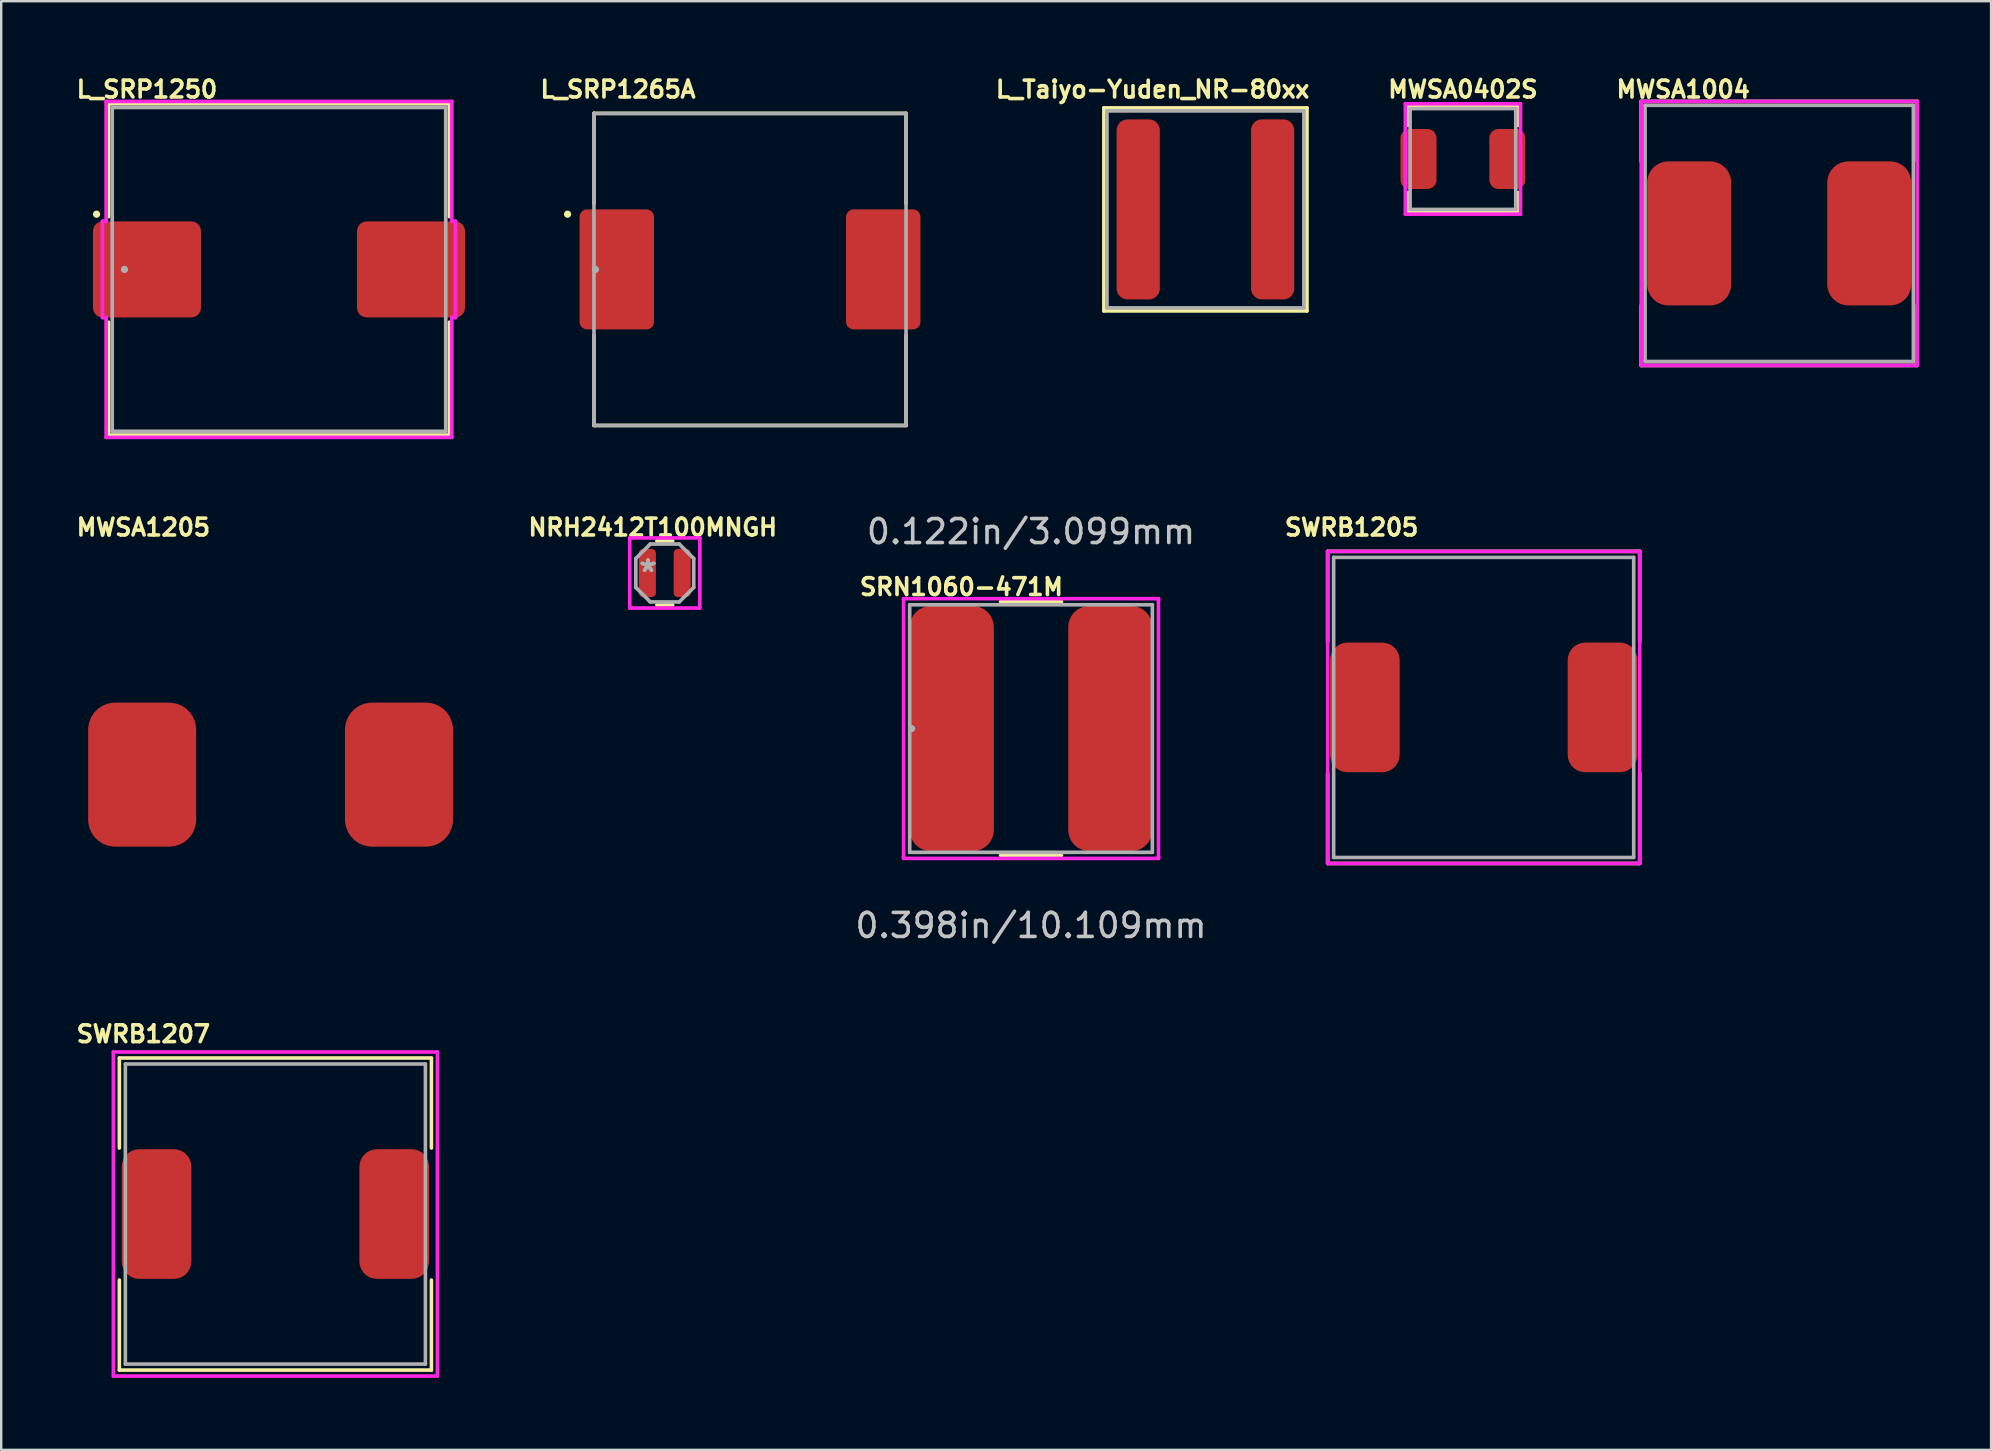
<source format=kicad_pcb>
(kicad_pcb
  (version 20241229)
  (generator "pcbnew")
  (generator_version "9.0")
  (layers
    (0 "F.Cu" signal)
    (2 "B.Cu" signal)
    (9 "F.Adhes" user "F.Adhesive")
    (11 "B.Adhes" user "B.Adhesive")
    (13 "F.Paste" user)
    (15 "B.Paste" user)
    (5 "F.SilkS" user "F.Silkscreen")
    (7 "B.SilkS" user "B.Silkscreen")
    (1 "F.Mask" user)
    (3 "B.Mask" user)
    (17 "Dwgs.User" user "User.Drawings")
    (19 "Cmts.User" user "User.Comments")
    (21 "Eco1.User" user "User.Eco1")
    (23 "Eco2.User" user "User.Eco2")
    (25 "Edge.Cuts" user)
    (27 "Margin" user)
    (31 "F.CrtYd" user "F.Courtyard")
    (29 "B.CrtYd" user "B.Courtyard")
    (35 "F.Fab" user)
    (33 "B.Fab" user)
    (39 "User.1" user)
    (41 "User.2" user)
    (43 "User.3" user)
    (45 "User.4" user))
  (footprint "SWRB1205"
    (layer "F.Cu")
    (at 58.756 26.419)
    (property "Reference" "SWRB1205" (at -5.5 -7.5 0) (layer "F.SilkS") (effects (font (size 0.7 0.7) (thickness 0.15))))
    (attr smd)
    (fp_line (start -6.5 -6.5) (end -6.5 -2.75) (stroke (width 0.15) (type solid)) (layer "F.SilkS"))
    (fp_line (start -6.5 -6.5) (end 6.5 -6.5) (stroke (width 0.15) (type solid)) (layer "F.SilkS"))
    (fp_line (start -6.5 2.75) (end -6.5 6.5) (stroke (width 0.15) (type solid)) (layer "F.SilkS"))
    (fp_line (start -6.5 6.5) (end 6.5 6.5) (stroke (width 0.15) (type solid)) (layer "F.SilkS"))
    (fp_line (start 6.5 -6.5) (end 6.5 -2.75) (stroke (width 0.15) (type solid)) (layer "F.SilkS"))
    (fp_line (start 6.5 2.75) (end 6.5 6.5) (stroke (width 0.15) (type solid)) (layer "F.SilkS"))
    (fp_line (start -6.5 -6.5) (end 6.5 -6.5) (stroke (width 0.15) (type solid)) (layer "F.CrtYd"))
    (fp_line (start -6.5 6.5) (end -6.5 -6.5) (stroke (width 0.15) (type solid)) (layer "F.CrtYd"))
    (fp_line (start 6.5 -6.5) (end 6.5 6.5) (stroke (width 0.15) (type solid)) (layer "F.CrtYd"))
    (fp_line (start 6.5 6.5) (end -6.5 6.5) (stroke (width 0.15) (type solid)) (layer "F.CrtYd"))
    (fp_line (start -6.25 -6.25) (end 6.25 -6.25) (stroke (width 0.15) (type solid)) (layer "F.Fab"))
    (fp_line (start -6.25 6.25) (end -6.25 -6.25) (stroke (width 0.15) (type solid)) (layer "F.Fab"))
    (fp_line (start 6.25 -6.25) (end 6.25 6.25) (stroke (width 0.15) (type solid)) (layer "F.Fab"))
    (fp_line (start 6.25 6.25) (end -6.25 6.25) (stroke (width 0.15) (type solid)) (layer "F.Fab"))
    (pad "1" smd roundrect (at -4.95 0) (size 2.9 5.4) (layers "F.Cu" "F.Mask" "F.Paste") (roundrect_rratio 0.25))
    (pad "2" smd roundrect (at 4.95 0) (size 2.9 5.4) (layers "F.Cu" "F.Mask" "F.Paste") (roundrect_rratio 0.25)))
  (footprint "MWSA0402S"
    (layer "F.Cu")
    (at 57.892 3.573)
    (property "Reference" "MWSA0402S" (at 0 -2.9 0) (layer "F.SilkS") (effects (font (size 0.7 0.7) (thickness 0.15))))
    (attr smd)
    (fp_line (start -2.3 -2.2) (end -2.3 -1.4) (stroke (width 0.15) (type solid)) (layer "F.SilkS"))
    (fp_line (start -2.3 -2.2) (end 2.3 -2.2) (stroke (width 0.15) (type solid)) (layer "F.SilkS"))
    (fp_line (start -2.3 1.4) (end -2.3 2.2) (stroke (width 0.15) (type solid)) (layer "F.SilkS"))
    (fp_line (start -2.3 2.2) (end 2.3 2.2) (stroke (width 0.15) (type solid)) (layer "F.SilkS"))
    (fp_line (start 2.3 -2.2) (end 2.3 -1.4) (stroke (width 0.15) (type solid)) (layer "F.SilkS"))
    (fp_line (start 2.3 1.4) (end 2.3 2.2) (stroke (width 0.15) (type solid)) (layer "F.SilkS"))
    (fp_line (start -2.4 -2.3) (end -2.4 2.3) (stroke (width 0.15) (type solid)) (layer "F.CrtYd"))
    (fp_line (start -2.4 2.3) (end 2.4 2.3) (stroke (width 0.15) (type solid)) (layer "F.CrtYd"))
    (fp_line (start 2.4 -2.3) (end -2.4 -2.3) (stroke (width 0.15) (type solid)) (layer "F.CrtYd"))
    (fp_line (start 2.4 2.3) (end 2.4 -2.3) (stroke (width 0.15) (type solid)) (layer "F.CrtYd"))
    (fp_line (start -2.2 -2.1) (end 2.2 -2.1) (stroke (width 0.15) (type solid)) (layer "F.Fab"))
    (fp_line (start -2.2 2.1) (end -2.2 -2.1) (stroke (width 0.15) (type solid)) (layer "F.Fab"))
    (fp_line (start 2.2 -2.1) (end 2.2 2.1) (stroke (width 0.15) (type solid)) (layer "F.Fab"))
    (fp_line (start 2.2 2.1) (end -2.2 2.1) (stroke (width 0.15) (type solid)) (layer "F.Fab"))
    (pad "1" smd roundrect (at -1.85 0) (size 1.5 2.5) (layers "F.Cu" "F.Mask" "F.Paste") (roundrect_rratio 0.25))
    (pad "2" smd roundrect (at 1.85 0) (size 1.5 2.5) (layers "F.Cu" "F.Mask" "F.Paste") (roundrect_rratio 0.25)))
  (footprint "NRH2412T100MNGH"
    (layer "F.Cu")
    (at 24.643 20.819)
    (property "Reference" "NRH2412T100MNGH" (at -0.5 -1.9 0) (layer "F.SilkS") (effects (font (size 0.7 0.7) (thickness 0.15))))
    (attr smd)
    (fp_line (start -0.328 1.333) (end 0.328 1.333) (stroke (width 0.152) (type solid)) (layer "F.SilkS"))
    (fp_line (start 0.328 -1.333) (end -0.328 -1.333) (stroke (width 0.152) (type solid)) (layer "F.SilkS"))
    (fp_line (start -1.46 -1.46) (end 1.46 -1.46) (stroke (width 0.152) (type solid)) (layer "F.CrtYd"))
    (fp_line (start -1.46 1.46) (end -1.46 -1.46) (stroke (width 0.152) (type solid)) (layer "F.CrtYd"))
    (fp_line (start 1.46 -1.46) (end 1.46 1.46) (stroke (width 0.152) (type solid)) (layer "F.CrtYd"))
    (fp_line (start 1.46 1.46) (end -1.46 1.46) (stroke (width 0.152) (type solid)) (layer "F.CrtYd"))
    (fp_line (start -1.206 -0.603) (end -1.206 0.603) (stroke (width 0.152) (type solid)) (layer "F.Fab"))
    (fp_line (start -1.206 0.603) (end -0.603 1.206) (stroke (width 0.152) (type solid)) (layer "F.Fab"))
    (fp_line (start -0.603 -1.206) (end -1.206 -0.603) (stroke (width 0.152) (type solid)) (layer "F.Fab"))
    (fp_line (start -0.603 1.206) (end 0.603 1.206) (stroke (width 0.152) (type solid)) (layer "F.Fab"))
    (fp_line (start 0.603 -1.206) (end -0.603 -1.206) (stroke (width 0.152) (type solid)) (layer "F.Fab"))
    (fp_line (start 0.603 1.206) (end 1.206 0.603) (stroke (width 0.152) (type solid)) (layer "F.Fab"))
    (fp_line (start 1.206 -0.603) (end 0.603 -1.206) (stroke (width 0.152) (type solid)) (layer "F.Fab"))
    (fp_line (start 1.206 0.603) (end 1.206 -0.603) (stroke (width 0.152) (type solid)) (layer "F.Fab"))
    (fp_text user "*" (at -0.699 0 0) (layer "F.Fab") (effects (font (size 1 1) (thickness 0.15))))
    (fp_text user "*" (at -0.699 0 0) (layer "F.Fab") (effects (font (size 1 1) (thickness 0.15))))
    (pad "1" smd roundrect (at -0.725 0) (size 0.711 2.007) (layers "F.Cu" "F.Mask" "F.Paste") (roundrect_rratio 0.25))
    (pad "2" smd roundrect (at 0.725 0) (size 0.711 2.007) (layers "F.Cu" "F.Mask" "F.Paste") (roundrect_rratio 0.25)))
  (footprint "L_SRP1265A"
    (layer "F.Cu")
    (at 28.193 8.173)
    (property "Reference" "L_SRP1265A" (at -5.5 -7.5 0) (layer "F.SilkS") (effects (font (size 0.7 0.7) (thickness 0.15))))
    (attr smd)
    (fp_line (start -6.5 -6.5) (end 6.5 -6.5) (stroke (width 0.15) (type solid)) (layer "F.SilkS"))
    (fp_line (start -6.5 -2.75) (end -6.5 -6.5) (stroke (width 0.15) (type solid)) (layer "F.SilkS"))
    (fp_line (start -6.5 6.5) (end -6.5 2.75) (stroke (width 0.15) (type solid)) (layer "F.SilkS"))
    (fp_line (start 6.5 -6.5) (end 6.5 -2.75) (stroke (width 0.15) (type solid)) (layer "F.SilkS"))
    (fp_line (start 6.5 2.75) (end 6.5 6.5) (stroke (width 0.15) (type solid)) (layer "F.SilkS"))
    (fp_line (start 6.5 6.5) (end -6.5 6.5) (stroke (width 0.15) (type solid)) (layer "F.SilkS"))
    (fp_circle (center -7.6 -2.3) (end -7.524 -2.3) (stroke (width 0.152) (type solid)) (fill no) (layer "F.SilkS"))
    (fp_line (start -6.5 -6.5) (end 6.5 -6.5) (stroke (width 0.15) (type solid)) (layer "F.Fab"))
    (fp_line (start -6.5 6.5) (end -6.5 -6.5) (stroke (width 0.15) (type solid)) (layer "F.Fab"))
    (fp_line (start 6.5 -6.5) (end 6.5 6.5) (stroke (width 0.15) (type solid)) (layer "F.Fab"))
    (fp_line (start 6.5 6.5) (end -6.5 6.5) (stroke (width 0.15) (type solid)) (layer "F.Fab"))
    (fp_circle (center -6.439 0) (end -6.363 0) (stroke (width 0.152) (type solid)) (fill no) (layer "F.Fab"))
    (fp_text user "Copyright 2016 Accelerated Designs. All rights reserved." (at 0 0 0) (layer "Cmts.User") (effects (font (size 0.127 0.127) (thickness 0.002))))
    (pad "1" smd roundrect (at -5.55 0 180) (size 3.1 5) (layers "F.Cu" "F.Mask" "F.Paste") (roundrect_rratio 0.1))
    (pad "2" smd roundrect (at 5.55 0 180) (size 3.1 5) (layers "F.Cu" "F.Mask" "F.Paste") (roundrect_rratio 0.1)))
  (footprint "MWSA1004"
    (layer "F.Cu")
    (at 71.068 6.673)
    (property "Reference" "MWSA1004" (at -4 -6 0) (layer "F.SilkS") (effects (font (size 0.7 0.7) (thickness 0.15))))
    (attr smd)
    (fp_line (start -5.75 -5.5) (end -5.75 -3) (stroke (width 0.15) (type solid)) (layer "F.SilkS"))
    (fp_line (start -5.75 -5.5) (end 5.75 -5.5) (stroke (width 0.15) (type solid)) (layer "F.SilkS"))
    (fp_line (start -5.75 3) (end -5.75 5.5) (stroke (width 0.15) (type solid)) (layer "F.SilkS"))
    (fp_line (start 5.75 -5.5) (end 5.75 -3) (stroke (width 0.15) (type solid)) (layer "F.SilkS"))
    (fp_line (start 5.75 3) (end 5.75 5.5) (stroke (width 0.15) (type solid)) (layer "F.SilkS"))
    (fp_line (start 5.75 5.5) (end -5.75 5.5) (stroke (width 0.15) (type solid)) (layer "F.SilkS"))
    (fp_line (start -5.75 -5.5) (end 5.75 -5.5) (stroke (width 0.15) (type solid)) (layer "F.CrtYd"))
    (fp_line (start -5.75 5.5) (end -5.75 -5.5) (stroke (width 0.15) (type solid)) (layer "F.CrtYd"))
    (fp_line (start 5.75 -5.5) (end 5.75 5.5) (stroke (width 0.15) (type solid)) (layer "F.CrtYd"))
    (fp_line (start 5.75 5.5) (end -5.75 5.5) (stroke (width 0.15) (type solid)) (layer "F.CrtYd"))
    (fp_line (start -5.588 -5.334) (end 5.588 -5.334) (stroke (width 0.15) (type solid)) (layer "F.Fab"))
    (fp_line (start -5.588 5.334) (end -5.588 -5.334) (stroke (width 0.15) (type solid)) (layer "F.Fab"))
    (fp_line (start 5.588 -5.334) (end 5.588 5.334) (stroke (width 0.15) (type solid)) (layer "F.Fab"))
    (fp_line (start 5.588 5.334) (end -5.588 5.334) (stroke (width 0.15) (type solid)) (layer "F.Fab"))
    (pad "1" smd roundrect (at -3.75 0) (size 3.5 6) (layers "F.Cu" "F.Mask" "F.Paste") (roundrect_rratio 0.25))
    (pad "2" smd roundrect (at 3.75 0) (size 3.5 6) (layers "F.Cu" "F.Mask" "F.Paste") (roundrect_rratio 0.25)))
  (footprint "L_SRP1250"
    (layer "F.Cu")
    (at 8.572 8.173)
    (property "Reference" "L_SRP1250" (at -5.5 -7.5 0) (layer "F.SilkS") (effects (font (size 0.7 0.7) (thickness 0.15))))
    (attr smd)
    (fp_line (start -7.1 -6.9) (end -7.1 -2.2) (stroke (width 0.152) (type solid)) (layer "F.SilkS"))
    (fp_line (start -7.1 2.2) (end -7.1 6.9) (stroke (width 0.152) (type solid)) (layer "F.SilkS"))
    (fp_line (start -7.1 6.9) (end 7.1 6.9) (stroke (width 0.152) (type solid)) (layer "F.SilkS"))
    (fp_line (start 7.1 -6.9) (end -7.1 -6.9) (stroke (width 0.152) (type solid)) (layer "F.SilkS"))
    (fp_line (start 7.1 -2.2) (end 7.1 -6.9) (stroke (width 0.152) (type solid)) (layer "F.SilkS"))
    (fp_line (start 7.1 6.9) (end 7.1 2.2) (stroke (width 0.152) (type solid)) (layer "F.SilkS"))
    (fp_circle (center -7.6 -2.3) (end -7.524 -2.3) (stroke (width 0.152) (type solid)) (fill no) (layer "F.SilkS"))
    (fp_line (start -7.353 -2.007) (end -7.201 -2.007) (stroke (width 0.152) (type solid)) (layer "F.CrtYd"))
    (fp_line (start -7.353 2.007) (end -7.353 -2.007) (stroke (width 0.152) (type solid)) (layer "F.CrtYd"))
    (fp_line (start -7.201 -6.998) (end 7.201 -6.998) (stroke (width 0.152) (type solid)) (layer "F.CrtYd"))
    (fp_line (start -7.201 -2.007) (end -7.201 -6.998) (stroke (width 0.152) (type solid)) (layer "F.CrtYd"))
    (fp_line (start -7.201 2.007) (end -7.353 2.007) (stroke (width 0.152) (type solid)) (layer "F.CrtYd"))
    (fp_line (start -7.201 6.998) (end -7.201 2.007) (stroke (width 0.152) (type solid)) (layer "F.CrtYd"))
    (fp_line (start 7.201 -6.998) (end 7.201 -2.007) (stroke (width 0.152) (type solid)) (layer "F.CrtYd"))
    (fp_line (start 7.201 -2.007) (end 7.353 -2.007) (stroke (width 0.152) (type solid)) (layer "F.CrtYd"))
    (fp_line (start 7.201 2.007) (end 7.201 6.998) (stroke (width 0.152) (type solid)) (layer "F.CrtYd"))
    (fp_line (start 7.201 6.998) (end -7.201 6.998) (stroke (width 0.152) (type solid)) (layer "F.CrtYd"))
    (fp_line (start 7.353 -2.007) (end 7.353 2.007) (stroke (width 0.152) (type solid)) (layer "F.CrtYd"))
    (fp_line (start 7.353 2.007) (end 7.201 2.007) (stroke (width 0.152) (type solid)) (layer "F.CrtYd"))
    (fp_line (start -6.947 -6.744) (end -6.947 6.744) (stroke (width 0.152) (type solid)) (layer "F.Fab"))
    (fp_line (start -6.947 6.744) (end 6.947 6.744) (stroke (width 0.152) (type solid)) (layer "F.Fab"))
    (fp_line (start 6.947 -6.744) (end -6.947 -6.744) (stroke (width 0.152) (type solid)) (layer "F.Fab"))
    (fp_line (start 6.947 6.744) (end 6.947 -6.744) (stroke (width 0.152) (type solid)) (layer "F.Fab"))
    (fp_circle (center -6.439 0) (end -6.363 0) (stroke (width 0.152) (type solid)) (fill no) (layer "F.Fab"))
    (fp_text user "Copyright 2016 Accelerated Designs. All rights reserved." (at 0 0 0) (layer "Cmts.User") (effects (font (size 0.127 0.127) (thickness 0.002))))
    (pad "1" smd roundrect (at -5.5 0 90) (size 4 4.5) (layers "F.Cu" "F.Mask" "F.Paste") (roundrect_rratio 0.1))
    (pad "2" smd roundrect (at 5.5 0 90) (size 4 4.5) (layers "F.Cu" "F.Mask" "F.Paste") (roundrect_rratio 0.1)))
  (footprint "MWSA1205"
    (layer "F.Cu")
    (at 8.222 29.219)
    (property "Reference" "MWSA1205" (at -5.3 -10.3 0) (layer "F.SilkS") (effects (font (size 0.7 0.7) (thickness 0.15))))
    (attr smd)
    (pad "1" smd roundrect (at -5.35 0) (size 4.5 6) (layers "F.Cu" "F.Mask" "F.Paste") (roundrect_rratio 0.25))
    (pad "2" smd roundrect (at 5.35 0) (size 4.5 6) (layers "F.Cu" "F.Mask" "F.Paste") (roundrect_rratio 0.25)))
  (footprint "SRN1060-471M"
    (layer "F.Cu")
    (at 39.9 27.299)
    (property "Reference" "SRN1060-471M" (at -2.9 -5.9 0) (layer "F.SilkS") (effects (font (size 0.7 0.7) (thickness 0.15))))
    (attr smd)
    (fp_line (start -1.268 5.283) (end 1.268 5.283) (stroke (width 0.152) (type solid)) (layer "F.SilkS"))
    (fp_line (start 1.268 -5.283) (end -1.268 -5.283) (stroke (width 0.152) (type solid)) (layer "F.SilkS"))
    (fp_line (start -5.309 -5.41) (end 5.309 -5.41) (stroke (width 0.152) (type solid)) (layer "F.CrtYd"))
    (fp_line (start -5.309 -5.359) (end -5.309 -5.41) (stroke (width 0.152) (type solid)) (layer "F.CrtYd"))
    (fp_line (start -5.309 -5.359) (end -5.309 -5.359) (stroke (width 0.152) (type solid)) (layer "F.CrtYd"))
    (fp_line (start -5.309 5.359) (end -5.309 -5.359) (stroke (width 0.152) (type solid)) (layer "F.CrtYd"))
    (fp_line (start -5.309 5.359) (end -5.309 5.359) (stroke (width 0.152) (type solid)) (layer "F.CrtYd"))
    (fp_line (start -5.309 5.41) (end -5.309 5.359) (stroke (width 0.152) (type solid)) (layer "F.CrtYd"))
    (fp_line (start 5.309 -5.41) (end 5.309 -5.359) (stroke (width 0.152) (type solid)) (layer "F.CrtYd"))
    (fp_line (start 5.309 -5.359) (end 5.309 -5.359) (stroke (width 0.152) (type solid)) (layer "F.CrtYd"))
    (fp_line (start 5.309 -5.359) (end 5.309 5.359) (stroke (width 0.152) (type solid)) (layer "F.CrtYd"))
    (fp_line (start 5.309 5.359) (end 5.309 5.359) (stroke (width 0.152) (type solid)) (layer "F.CrtYd"))
    (fp_line (start 5.309 5.359) (end 5.309 5.41) (stroke (width 0.152) (type solid)) (layer "F.CrtYd"))
    (fp_line (start 5.309 5.41) (end -5.309 5.41) (stroke (width 0.152) (type solid)) (layer "F.CrtYd"))
    (fp_line (start -5.055 -5.156) (end -5.055 5.156) (stroke (width 0.152) (type solid)) (layer "F.Fab"))
    (fp_line (start -5.055 5.156) (end 5.055 5.156) (stroke (width 0.152) (type solid)) (layer "F.Fab"))
    (fp_line (start 5.055 -5.156) (end -5.055 -5.156) (stroke (width 0.152) (type solid)) (layer "F.Fab"))
    (fp_line (start 5.055 5.156) (end 5.055 -5.156) (stroke (width 0.152) (type solid)) (layer "F.Fab"))
    (fp_circle (center -4.978 0) (end -4.978 0) (stroke (width 0.152) (type solid)) (fill no) (layer "F.Fab"))
    (fp_text user "0.122in/3.099mm" (at 0 -8.204 0) (layer "Dwgs.User") (effects (font (size 1 1) (thickness 0.15))))
    (fp_text user "0.398in/10.109mm" (at 0 8.204 0) (layer "Dwgs.User") (effects (font (size 1 1) (thickness 0.15))))
    (pad "1" smd roundrect (at -3.302 0) (size 3.505 10.211) (layers "F.Cu" "F.Mask" "F.Paste") (roundrect_rratio 0.25))
    (pad "2" smd roundrect (at 3.302 0) (size 3.505 10.211) (layers "F.Cu" "F.Mask" "F.Paste") (roundrect_rratio 0.25)))
  (footprint "SWRB1207"
    (layer "F.Cu")
    (at 8.422 47.524)
    (property "Reference" "SWRB1207" (at -5.5 -7.5 0) (layer "F.SilkS") (effects (font (size 0.7 0.7) (thickness 0.15))))
    (attr smd)
    (fp_line (start -6.5 -6.5) (end -6.5 -2.75) (stroke (width 0.15) (type solid)) (layer "F.SilkS"))
    (fp_line (start -6.5 -6.5) (end 6.5 -6.5) (stroke (width 0.15) (type solid)) (layer "F.SilkS"))
    (fp_line (start -6.5 2.75) (end -6.5 6.5) (stroke (width 0.15) (type solid)) (layer "F.SilkS"))
    (fp_line (start -6.5 6.5) (end 6.5 6.5) (stroke (width 0.15) (type solid)) (layer "F.SilkS"))
    (fp_line (start 6.5 -6.5) (end 6.5 -2.75) (stroke (width 0.15) (type solid)) (layer "F.SilkS"))
    (fp_line (start 6.5 6.5) (end 6.5 2.75) (stroke (width 0.15) (type solid)) (layer "F.SilkS"))
    (fp_line (start -6.75 -6.75) (end 6.75 -6.75) (stroke (width 0.15) (type solid)) (layer "F.CrtYd"))
    (fp_line (start -6.75 6.75) (end -6.75 -6.75) (stroke (width 0.15) (type solid)) (layer "F.CrtYd"))
    (fp_line (start 6.75 -6.75) (end 6.75 6.75) (stroke (width 0.15) (type solid)) (layer "F.CrtYd"))
    (fp_line (start 6.75 6.75) (end -6.75 6.75) (stroke (width 0.15) (type solid)) (layer "F.CrtYd"))
    (fp_line (start -6.25 -6.25) (end 6.25 -6.25) (stroke (width 0.15) (type solid)) (layer "F.Fab"))
    (fp_line (start -6.25 6.25) (end -6.25 -6.25) (stroke (width 0.15) (type solid)) (layer "F.Fab"))
    (fp_line (start 6.25 -6.25) (end 6.25 6.25) (stroke (width 0.15) (type solid)) (layer "F.Fab"))
    (fp_line (start 6.25 6.25) (end -6.25 6.25) (stroke (width 0.15) (type solid)) (layer "F.Fab"))
    (pad "1" smd roundrect (at -4.95 0) (size 2.9 5.4) (layers "F.Cu" "F.Mask" "F.Paste") (roundrect_rratio 0.25))
    (pad "2" smd roundrect (at 4.95 0) (size 2.9 5.4) (layers "F.Cu" "F.Mask" "F.Paste") (roundrect_rratio 0.25)))
  (footprint "L_Taiyo-Yuden_NR-80xx"
    (layer "F.Cu")
    (at 47.165 5.673)
    (property "Reference" "L_Taiyo-Yuden_NR-80xx" (at -2.2 -5 0) (layer "F.SilkS") (effects (font (size 0.7 0.7) (thickness 0.15))))
    (attr smd)
    (fp_line (start -4.229 -4.229) (end -4.229 4.229) (stroke (width 0.152) (type solid)) (layer "F.SilkS"))
    (fp_line (start -4.229 4.229) (end 4.229 4.229) (stroke (width 0.152) (type solid)) (layer "F.SilkS"))
    (fp_line (start 4.229 -4.229) (end -4.229 -4.229) (stroke (width 0.152) (type solid)) (layer "F.SilkS"))
    (fp_line (start 4.229 4.229) (end 4.229 -4.229) (stroke (width 0.152) (type solid)) (layer "F.SilkS"))
    (fp_line (start -4.102 -4.102) (end -4.102 4.102) (stroke (width 0.152) (type solid)) (layer "F.Fab"))
    (fp_line (start -4.102 4.102) (end 4.102 4.102) (stroke (width 0.152) (type solid)) (layer "F.Fab"))
    (fp_line (start 4.102 -4.102) (end -4.102 -4.102) (stroke (width 0.152) (type solid)) (layer "F.Fab"))
    (fp_line (start 4.102 4.102) (end 4.102 -4.102) (stroke (width 0.152) (type solid)) (layer "F.Fab"))
    (pad "1" smd roundrect (at -2.8 0) (size 1.8 7.5) (layers "F.Cu" "F.Mask" "F.Paste") (roundrect_rratio 0.25))
    (pad "2" smd roundrect (at 2.8 0) (size 1.8 7.5) (layers "F.Cu" "F.Mask" "F.Paste") (roundrect_rratio 0.25)))
  (gr_rect
    (start -3 -3)
    (end 79.893 57.349)
    (stroke (width 0.1) (type default))
    (fill no)
    (layer "Edge.Cuts")))
</source>
